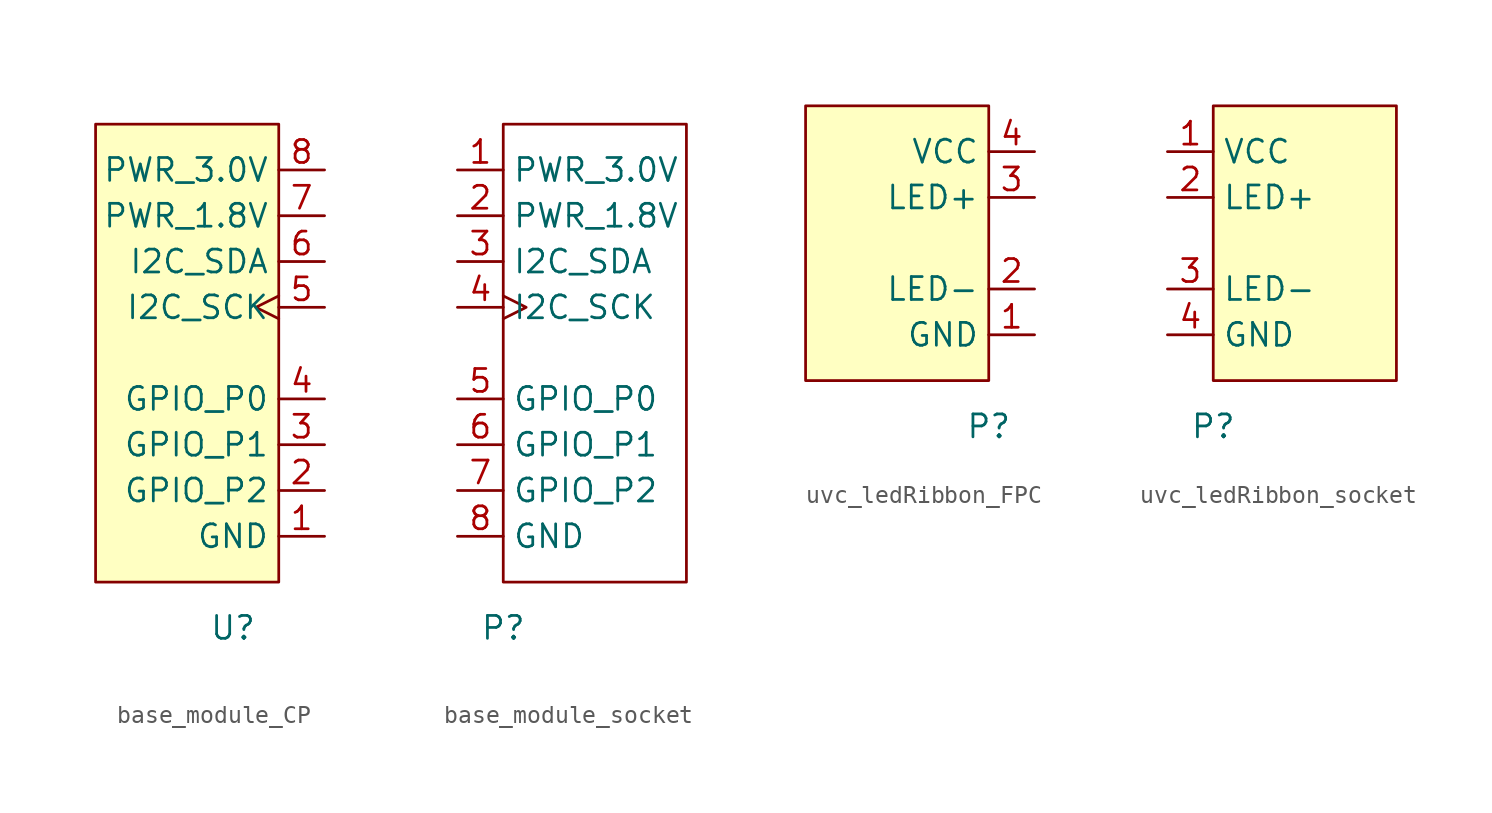
<source format=kicad_sym>
(kicad_symbol_lib
  (version 20220914)
  (generator kicad_symbol_editor)
  (symbol "base_module_CP"
    (property "Reference" "U"
      (at 0 -15.24 0)
      (effects (font (size 1.27 1.27))))
    (symbol "base_module_CP_1_1"
      (rectangle (start -7.62 12.7) (end 2.54 -12.7) (stroke (width 0) (type default)) (fill (type background)))
      (pin passive line (at 5.08 -10.16 180) (length 2.54) (name "GND" (effects (font (size 1.27 1.27)))) (number "1" (effects (font (size 1.27 1.27)))))
      (pin tri_state line (at 5.08 -7.62 180) (length 2.54) (name "GPIO_P2" (effects (font (size 1.27 1.27)))) (number "2" (effects (font (size 1.27 1.27)))))
      (pin tri_state line (at 5.08 -5.08 180) (length 2.54) (name "GPIO_P1" (effects (font (size 1.27 1.27)))) (number "3" (effects (font (size 1.27 1.27)))))
      (pin tri_state line (at 5.08 -2.54 180) (length 2.54) (name "GPIO_P0" (effects (font (size 1.27 1.27)))) (number "4" (effects (font (size 1.27 1.27)))))
      (pin output clock (at 5.08 2.54 180) (length 2.54) (name "I2C_SCK" (effects (font (size 1.27 1.27)))) (number "5" (effects (font (size 1.27 1.27)))))
      (pin bidirectional line (at 5.08 5.08 180) (length 2.54) (name "I2C_SDA" (effects (font (size 1.27 1.27)))) (number "6" (effects (font (size 1.27 1.27)))))
      (pin power_out line (at 5.08 7.62 180) (length 2.54) (name "PWR_1.8V" (effects (font (size 1.27 1.27)))) (number "7" (effects (font (size 1.27 1.27)))))
      (pin power_out line (at 5.08 10.16 180) (length 2.54) (name "PWR_3.0V" (effects (font (size 1.27 1.27)))) (number "8" (effects (font (size 1.27 1.27)))))))
  (symbol "base_module_socket"
    (property "Reference" "P"
      (at 0 -15.24 0)
      (effects (font (size 1.27 1.27))))
    (symbol "base_module_socket_0_1"
      (rectangle (start 0 12.7) (end 10.16 -12.7) (stroke (width 0) (type default)) (fill (type none))))
    (symbol "base_module_socket_1_1"
      (pin power_in line (at -2.54 10.16 0) (length 2.54) (name "PWR_3.0V" (effects (font (size 1.27 1.27)))) (number "1" (effects (font (size 1.27 1.27)))))
      (pin power_in line (at -2.54 7.62 0) (length 2.54) (name "PWR_1.8V" (effects (font (size 1.27 1.27)))) (number "2" (effects (font (size 1.27 1.27)))))
      (pin bidirectional line (at -2.54 5.08 0) (length 2.54) (name "I2C_SDA" (effects (font (size 1.27 1.27)))) (number "3" (effects (font (size 1.27 1.27)))))
      (pin output clock (at -2.54 2.54 0) (length 2.54) (name "I2C_SCK" (effects (font (size 1.27 1.27)))) (number "4" (effects (font (size 1.27 1.27)))))
      (pin tri_state line (at -2.54 -2.54 0) (length 2.54) (name "GPIO_P0" (effects (font (size 1.27 1.27)))) (number "5" (effects (font (size 1.27 1.27)))))
      (pin tri_state line (at -2.54 -5.08 0) (length 2.54) (name "GPIO_P1" (effects (font (size 1.27 1.27)))) (number "6" (effects (font (size 1.27 1.27)))))
      (pin tri_state line (at -2.54 -7.62 0) (length 2.54) (name "GPIO_P2" (effects (font (size 1.27 1.27)))) (number "7" (effects (font (size 1.27 1.27)))))
      (pin passive line (at -2.54 -10.16 0) (length 2.54) (name "GND" (effects (font (size 1.27 1.27)))) (number "8" (effects (font (size 1.27 1.27)))))))
  (symbol "uvc_ledRibbon_FPC"
    (property "Reference" "P"
      (at 0 -10.16 0)
      (effects (font (size 1.27 1.27))))
    (symbol "uvc_ledRibbon_FPC_1_1"
      (rectangle (start -10.16 7.62) (end 0 -7.62) (stroke (width 0) (type default)) (fill (type background)))
      (pin passive line (at 2.54 -5.08 180) (length 2.54) (name "GND" (effects (font (size 1.27 1.27)))) (number "1" (effects (font (size 1.27 1.27)))))
      (pin input line (at 2.54 -2.54 180) (length 2.54) (name "LED-" (effects (font (size 1.27 1.27)))) (number "2" (effects (font (size 1.27 1.27)))))
      (pin output line (at 2.54 2.54 180) (length 2.54) (name "LED+" (effects (font (size 1.27 1.27)))) (number "3" (effects (font (size 1.27 1.27)))))
      (pin power_out line (at 2.54 5.08 180) (length 2.54) (name "VCC" (effects (font (size 1.27 1.27)))) (number "4" (effects (font (size 1.27 1.27)))))))
  (symbol "uvc_ledRibbon_socket"
    (property "Reference" "P"
      (at 0 -10.16 0)
      (effects (font (size 1.27 1.27))))
    (symbol "uvc_ledRibbon_socket_1_1"
      (rectangle (start 0 7.62) (end 10.16 -7.62) (stroke (width 0) (type default)) (fill (type background)))
      (pin power_in line (at -2.54 5.08 0) (length 2.54) (name "VCC" (effects (font (size 1.27 1.27)))) (number "1" (effects (font (size 1.27 1.27)))))
      (pin input line (at -2.54 2.54 0) (length 2.54) (name "LED+" (effects (font (size 1.27 1.27)))) (number "2" (effects (font (size 1.27 1.27)))))
      (pin output line (at -2.54 -2.54 0) (length 2.54) (name "LED-" (effects (font (size 1.27 1.27)))) (number "3" (effects (font (size 1.27 1.27)))))
      (pin passive line (at -2.54 -5.08 0) (length 2.54) (name "GND" (effects (font (size 1.27 1.27)))) (number "4" (effects (font (size 1.27 1.27))))))))
</source>
